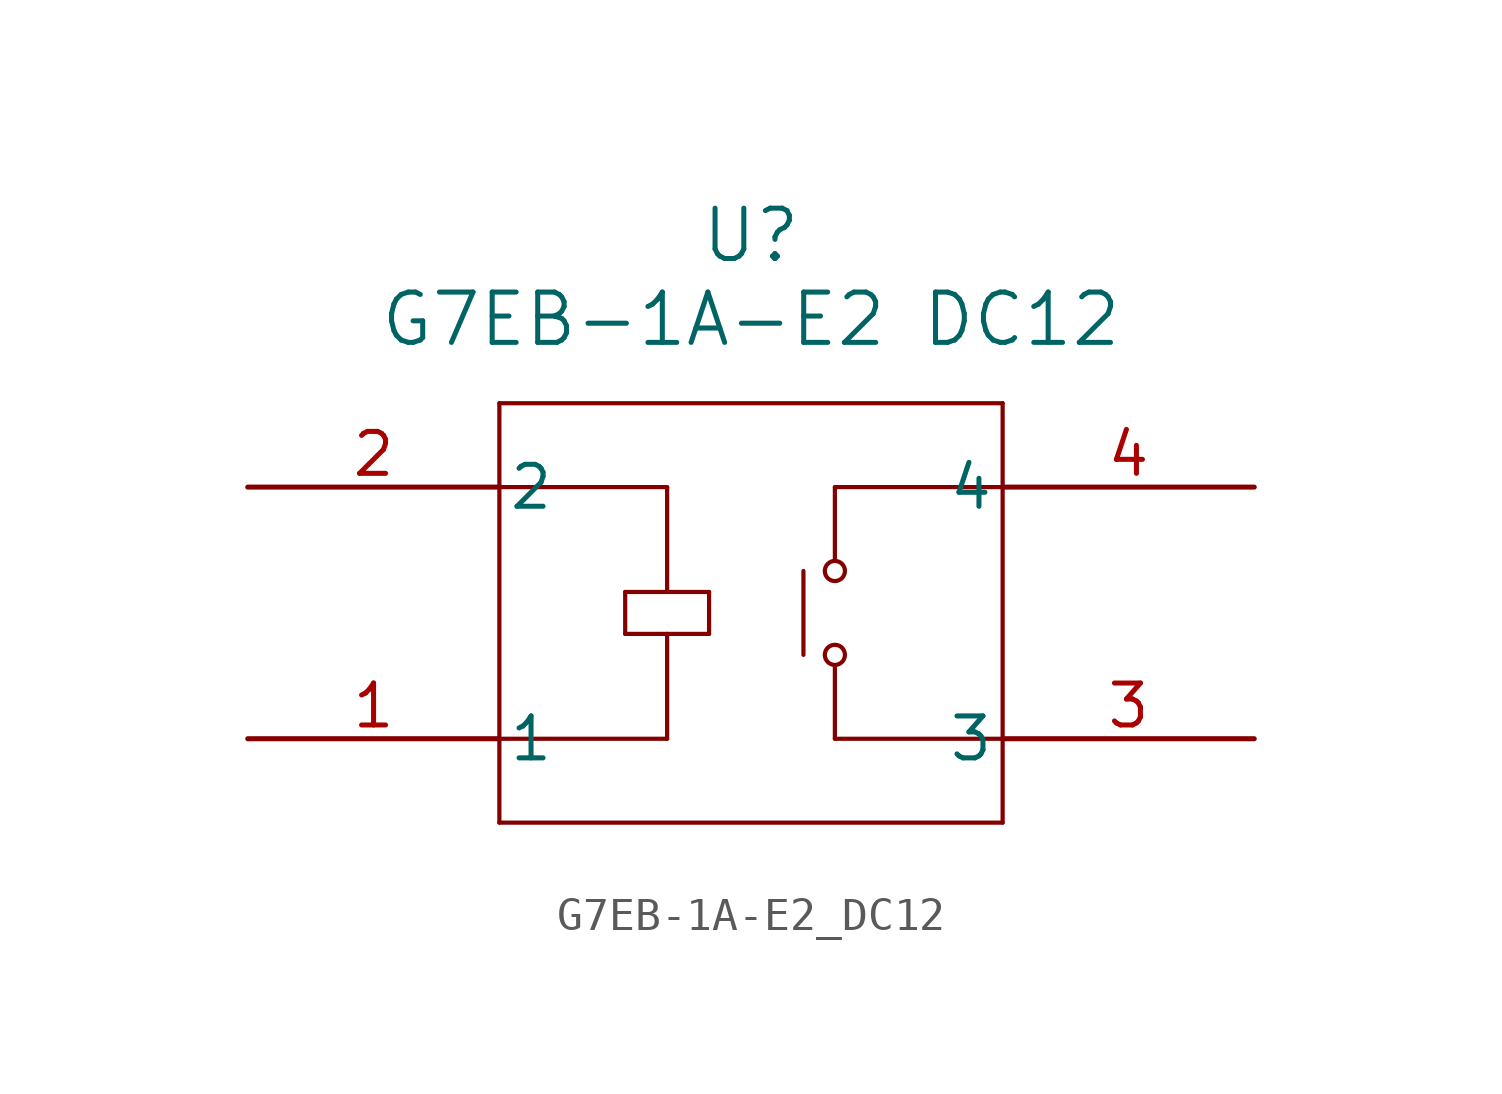
<source format=kicad_sym>
(kicad_symbol_lib
  (version 20211014)
  (generator kicad_symbol_editor)
  (symbol "G7EB-1A-E2_DC12"
    (pin_names
      (offset 0.254))
    (property "Reference" "U"
      (at 15.24 15.24 0)
      (effects (font (size 1.524 1.524))))
    (property "Value" "G7EB-1A-E2 DC12"
      (at 15.24 12.7 0)
      (effects (font (size 1.524 1.524))))
    (property "ki_locked" ""
      (at 0 0 0)
      (effects (font (size 1.27 1.27))))
    (symbol "G7EB-1A-E2_DC12_0_1"
      (polyline (pts (xy 7.62 -2.54) (xy 22.86 -2.54)) (stroke (width 0.127) (type default) (color 0 0 0 0)) (fill (type none)))
      (polyline (pts (xy 7.62 0) (xy 12.7 0)) (stroke (width 0.127) (type default) (color 0 0 0 0)) (fill (type none)))
      (polyline (pts (xy 7.62 7.62) (xy 12.7 7.62)) (stroke (width 0.127) (type default) (color 0 0 0 0)) (fill (type none)))
      (polyline (pts (xy 7.62 10.16) (xy 7.62 -2.54)) (stroke (width 0.127) (type default) (color 0 0 0 0)) (fill (type none)))
      (polyline (pts (xy 11.43 4.445) (xy 11.43 3.175)) (stroke (width 0.127) (type default) (color 0 0 0 0)) (fill (type none)))
      (polyline (pts (xy 11.43 4.445) (xy 13.97 4.445)) (stroke (width 0.127) (type default) (color 0 0 0 0)) (fill (type none)))
      (polyline (pts (xy 12.7 3.175) (xy 12.7 0)) (stroke (width 0.127) (type default) (color 0 0 0 0)) (fill (type none)))
      (polyline (pts (xy 12.7 4.445) (xy 12.7 7.62)) (stroke (width 0.127) (type default) (color 0 0 0 0)) (fill (type none)))
      (polyline (pts (xy 13.97 3.175) (xy 11.43 3.175)) (stroke (width 0.127) (type default) (color 0 0 0 0)) (fill (type none)))
      (polyline (pts (xy 13.97 4.445) (xy 13.97 3.175)) (stroke (width 0.127) (type default) (color 0 0 0 0)) (fill (type none)))
      (polyline (pts (xy 16.828 5.08) (xy 16.828 2.54)) (stroke (width 0.127) (type default) (color 0 0 0 0)) (fill (type none)))
      (polyline (pts (xy 17.78 0) (xy 22.86 0)) (stroke (width 0.127) (type default) (color 0 0 0 0)) (fill (type none)))
      (polyline (pts (xy 17.78 2.223) (xy 17.78 0)) (stroke (width 0.127) (type default) (color 0 0 0 0)) (fill (type none)))
      (polyline (pts (xy 17.78 7.62) (xy 17.78 5.397)) (stroke (width 0.127) (type default) (color 0 0 0 0)) (fill (type none)))
      (polyline (pts (xy 17.78 7.62) (xy 22.86 7.62)) (stroke (width 0.127) (type default) (color 0 0 0 0)) (fill (type none)))
      (polyline (pts (xy 22.86 -2.54) (xy 22.86 10.16)) (stroke (width 0.127) (type default) (color 0 0 0 0)) (fill (type none)))
      (polyline (pts (xy 22.86 10.16) (xy 7.62 10.16)) (stroke (width 0.127) (type default) (color 0 0 0 0)) (fill (type none)))
      (circle (center 17.78 2.54) (radius 0.305) (stroke (width 0.127) (type default) (color 0 0 0 0)) (fill (type none)))
      (circle (center 17.78 5.08) (radius 0.305) (stroke (width 0.127) (type default) (color 0 0 0 0)) (fill (type none)))
      (pin unspecified line (at 0 0 0) (length 7.62) (name "1" (effects (font (size 1.27 1.27)))) (number "1" (effects (font (size 1.27 1.27)))))
      (pin unspecified line (at 0 7.62 0) (length 7.62) (name "2" (effects (font (size 1.27 1.27)))) (number "2" (effects (font (size 1.27 1.27)))))
      (pin unspecified line (at 30.48 0 180) (length 7.62) (name "3" (effects (font (size 1.27 1.27)))) (number "3" (effects (font (size 1.27 1.27)))))
      (pin unspecified line (at 30.48 7.62 180) (length 7.62) (name "4" (effects (font (size 1.27 1.27)))) (number "4" (effects (font (size 1.27 1.27))))))))
</source>
